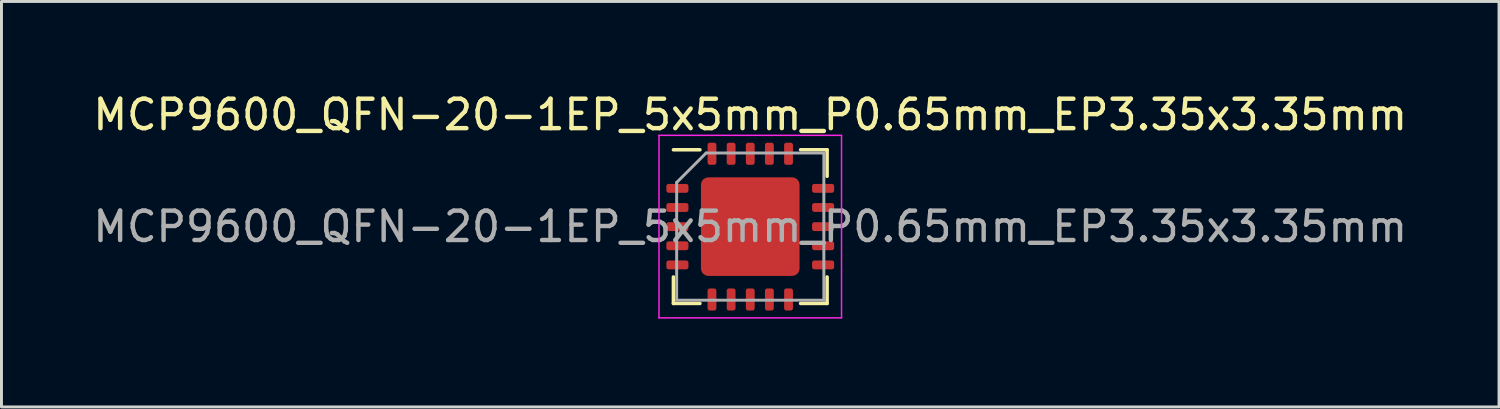
<source format=kicad_pcb>
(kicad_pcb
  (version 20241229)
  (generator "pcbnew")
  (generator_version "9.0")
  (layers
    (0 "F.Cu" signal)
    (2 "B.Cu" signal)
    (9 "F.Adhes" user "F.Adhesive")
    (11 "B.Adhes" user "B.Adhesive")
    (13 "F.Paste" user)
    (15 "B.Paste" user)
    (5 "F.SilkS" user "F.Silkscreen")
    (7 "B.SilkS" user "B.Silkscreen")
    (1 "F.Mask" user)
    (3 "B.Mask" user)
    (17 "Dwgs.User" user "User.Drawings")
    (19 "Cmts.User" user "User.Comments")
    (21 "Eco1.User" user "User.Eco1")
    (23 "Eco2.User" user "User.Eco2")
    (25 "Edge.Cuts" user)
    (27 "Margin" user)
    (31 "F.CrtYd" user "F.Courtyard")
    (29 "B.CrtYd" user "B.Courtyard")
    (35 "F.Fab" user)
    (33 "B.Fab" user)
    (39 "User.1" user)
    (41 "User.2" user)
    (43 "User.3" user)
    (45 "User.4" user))
  (footprint "MCP9600_QFN-20-1EP_5x5mm_P0.65mm_EP3.35x3.35mm"
    (layer "F.Cu")
    (at 22.435 4.648)
    (property "Reference" "MCP9600_QFN-20-1EP_5x5mm_P0.65mm_EP3.35x3.35mm" (at 0 -3.8 0) (layer "F.SilkS") (effects (font (size 1 1) (thickness 0.15))))
    (attr smd)
    (fp_line (start -2.61 2.61) (end -2.61 1.71) (stroke (width 0.12) (type solid)) (layer "F.SilkS"))
    (fp_line (start -1.71 -2.61) (end -2.61 -2.61) (stroke (width 0.12) (type solid)) (layer "F.SilkS"))
    (fp_line (start -1.71 2.61) (end -2.61 2.61) (stroke (width 0.12) (type solid)) (layer "F.SilkS"))
    (fp_line (start 1.71 -2.61) (end 2.61 -2.61) (stroke (width 0.12) (type solid)) (layer "F.SilkS"))
    (fp_line (start 1.71 2.61) (end 2.61 2.61) (stroke (width 0.12) (type solid)) (layer "F.SilkS"))
    (fp_line (start 2.61 -2.61) (end 2.61 -1.71) (stroke (width 0.12) (type solid)) (layer "F.SilkS"))
    (fp_line (start 2.61 2.61) (end 2.61 1.71) (stroke (width 0.12) (type solid)) (layer "F.SilkS"))
    (fp_line (start -3.1 -3.1) (end -3.1 3.1) (stroke (width 0.05) (type solid)) (layer "F.CrtYd"))
    (fp_line (start -3.1 3.1) (end 3.1 3.1) (stroke (width 0.05) (type solid)) (layer "F.CrtYd"))
    (fp_line (start 3.1 -3.1) (end -3.1 -3.1) (stroke (width 0.05) (type solid)) (layer "F.CrtYd"))
    (fp_line (start 3.1 3.1) (end 3.1 -3.1) (stroke (width 0.05) (type solid)) (layer "F.CrtYd"))
    (fp_line (start -2.5 -1.5) (end -1.5 -2.5) (stroke (width 0.1) (type solid)) (layer "F.Fab"))
    (fp_line (start -2.5 2.5) (end -2.5 -1.5) (stroke (width 0.1) (type solid)) (layer "F.Fab"))
    (fp_line (start -1.5 -2.5) (end 2.5 -2.5) (stroke (width 0.1) (type solid)) (layer "F.Fab"))
    (fp_line (start 2.5 -2.5) (end 2.5 2.5) (stroke (width 0.1) (type solid)) (layer "F.Fab"))
    (fp_line (start 2.5 2.5) (end -2.5 2.5) (stroke (width 0.1) (type solid)) (layer "F.Fab"))
    (fp_text user "${REFERENCE}" (at 0 0 0) (layer "F.Fab") (effects (font (size 1 1) (thickness 0.15))))
    (pad "" smd roundrect (at -0.84 -0.84) (size 1.35 1.35) (layers "F.Paste") (roundrect_rratio 0.185))
    (pad "" smd roundrect (at -0.84 0.84) (size 1.35 1.35) (layers "F.Paste") (roundrect_rratio 0.185))
    (pad "" smd roundrect (at 0.84 -0.84) (size 1.35 1.35) (layers "F.Paste") (roundrect_rratio 0.185))
    (pad "" smd roundrect (at 0.84 0.84) (size 1.35 1.35) (layers "F.Paste") (roundrect_rratio 0.185))
    (pad "1" smd roundrect (at -2.475 -1.3) (size 0.75 0.3) (layers "F.Cu" "F.Mask" "F.Paste") (roundrect_rratio 0.25))
    (pad "2" smd roundrect (at -2.475 -0.65) (size 0.75 0.3) (layers "F.Cu" "F.Mask" "F.Paste") (roundrect_rratio 0.25))
    (pad "3" smd roundrect (at -2.475 0) (size 0.75 0.3) (layers "F.Cu" "F.Mask" "F.Paste") (roundrect_rratio 0.25))
    (pad "4" smd roundrect (at -2.475 0.65) (size 0.75 0.3) (layers "F.Cu" "F.Mask" "F.Paste") (roundrect_rratio 0.25))
    (pad "5" smd roundrect (at -2.475 1.3) (size 0.75 0.3) (layers "F.Cu" "F.Mask" "F.Paste") (roundrect_rratio 0.25))
    (pad "6" smd roundrect (at -1.3 2.475) (size 0.3 0.75) (layers "F.Cu" "F.Mask" "F.Paste") (roundrect_rratio 0.25))
    (pad "7" smd roundrect (at -0.65 2.475) (size 0.3 0.75) (layers "F.Cu" "F.Mask" "F.Paste") (roundrect_rratio 0.25))
    (pad "8" smd roundrect (at 0 2.475) (size 0.3 0.75) (layers "F.Cu" "F.Mask" "F.Paste") (roundrect_rratio 0.25))
    (pad "9" smd roundrect (at 0.65 2.475) (size 0.3 0.75) (layers "F.Cu" "F.Mask" "F.Paste") (roundrect_rratio 0.25))
    (pad "10" smd roundrect (at 1.3 2.475) (size 0.3 0.75) (layers "F.Cu" "F.Mask" "F.Paste") (roundrect_rratio 0.25))
    (pad "11" smd roundrect (at 2.475 1.3) (size 0.75 0.3) (layers "F.Cu" "F.Mask" "F.Paste") (roundrect_rratio 0.25))
    (pad "12" smd roundrect (at 2.475 0.65) (size 0.75 0.3) (layers "F.Cu" "F.Mask" "F.Paste") (roundrect_rratio 0.25))
    (pad "13" smd roundrect (at 2.475 0) (size 0.75 0.3) (layers "F.Cu" "F.Mask" "F.Paste") (roundrect_rratio 0.25))
    (pad "14" smd roundrect (at 2.475 -0.65) (size 0.75 0.3) (layers "F.Cu" "F.Mask" "F.Paste") (roundrect_rratio 0.25))
    (pad "15" smd roundrect (at 2.475 -1.3) (size 0.75 0.3) (layers "F.Cu" "F.Mask" "F.Paste") (roundrect_rratio 0.25))
    (pad "16" smd roundrect (at 1.3 -2.475) (size 0.3 0.75) (layers "F.Cu" "F.Mask" "F.Paste") (roundrect_rratio 0.25))
    (pad "17" smd roundrect (at 0.65 -2.475) (size 0.3 0.75) (layers "F.Cu" "F.Mask" "F.Paste") (roundrect_rratio 0.25))
    (pad "18" smd roundrect (at 0 -2.475) (size 0.3 0.75) (layers "F.Cu" "F.Mask" "F.Paste") (roundrect_rratio 0.25))
    (pad "19" smd roundrect (at -0.65 -2.475) (size 0.3 0.75) (layers "F.Cu" "F.Mask" "F.Paste") (roundrect_rratio 0.25))
    (pad "20" smd roundrect (at -1.3 -2.475) (size 0.3 0.75) (layers "F.Cu" "F.Mask" "F.Paste") (roundrect_rratio 0.25))
    (pad "21" smd roundrect (at 0 0) (size 3.35 3.35) (layers "F.Cu" "F.Mask") (roundrect_rratio 0.075)))
  (gr_rect
    (start -3 -3)
    (end 47.869 10.773)
    (stroke (width 0.1) (type default))
    (fill no)
    (layer "Edge.Cuts")))
</source>
